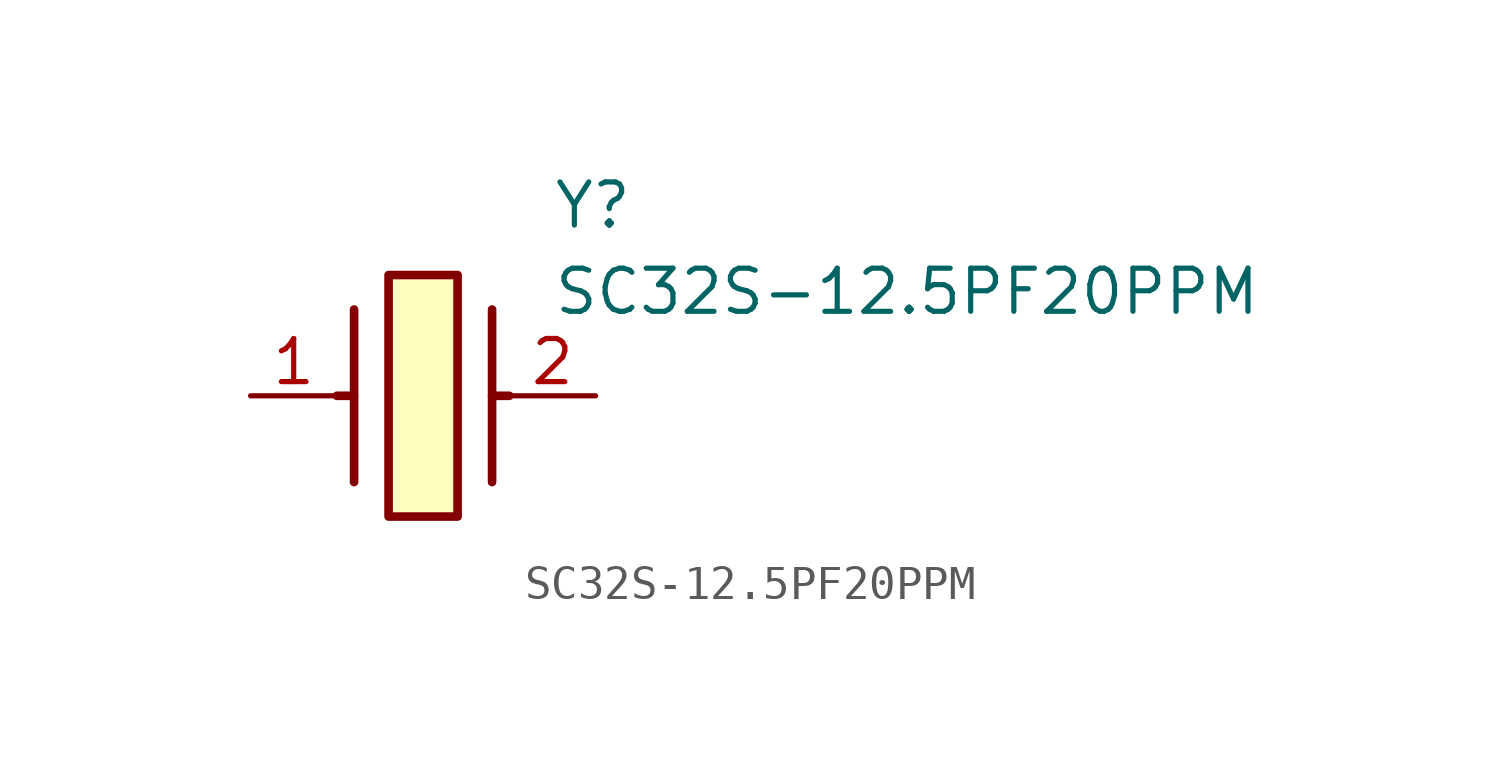
<source format=kicad_sym>
(kicad_symbol_lib
  (version 20211014)
  (generator SamacSys_ECAD_Model)
  (symbol "SC32S-12.5PF20PPM"
    (pin_names hide)
    (property "Reference" "Y"
      (at 8.89 6.35 0)
      (effects (font (size 1.27 1.27)) (justify left top)))
    (property "Value" "SC32S-12.5PF20PPM"
      (at 8.89 3.81 0)
      (effects (font (size 1.27 1.27)) (justify left top)))
    (rectangle
      (start 4.064 3.556)
      (end 6.096 -3.556)
      (stroke (width 0.254) (type default))
      (fill (type background)))
    (polyline
      (pts (xy 3.048 2.54) (xy 3.048 -2.54))
      (stroke (width 0.254) (type default))
      (fill (type none)))
    (polyline
      (pts (xy 7.112 2.54) (xy 7.112 -2.54))
      (stroke (width 0.254) (type default))
      (fill (type none)))
    (polyline
      (pts (xy 7.112 0) (xy 7.62 0))
      (stroke (width 0.254) (type default))
      (fill (type none)))
    (polyline
      (pts (xy 3.048 0) (xy 2.54 0))
      (stroke (width 0.254) (type default))
      (fill (type none)))
    (pin passive line
      (at 0 0 0)
      (length 2.54)
      (name "1" (effects (font (size 1.27 1.27))))
      (number "1" (effects (font (size 1.27 1.27)))))
    (pin passive line
      (at 10.16 0 180)
      (length 2.54)
      (name "2" (effects (font (size 1.27 1.27))))
      (number "2" (effects (font (size 1.27 1.27)))))))
</source>
